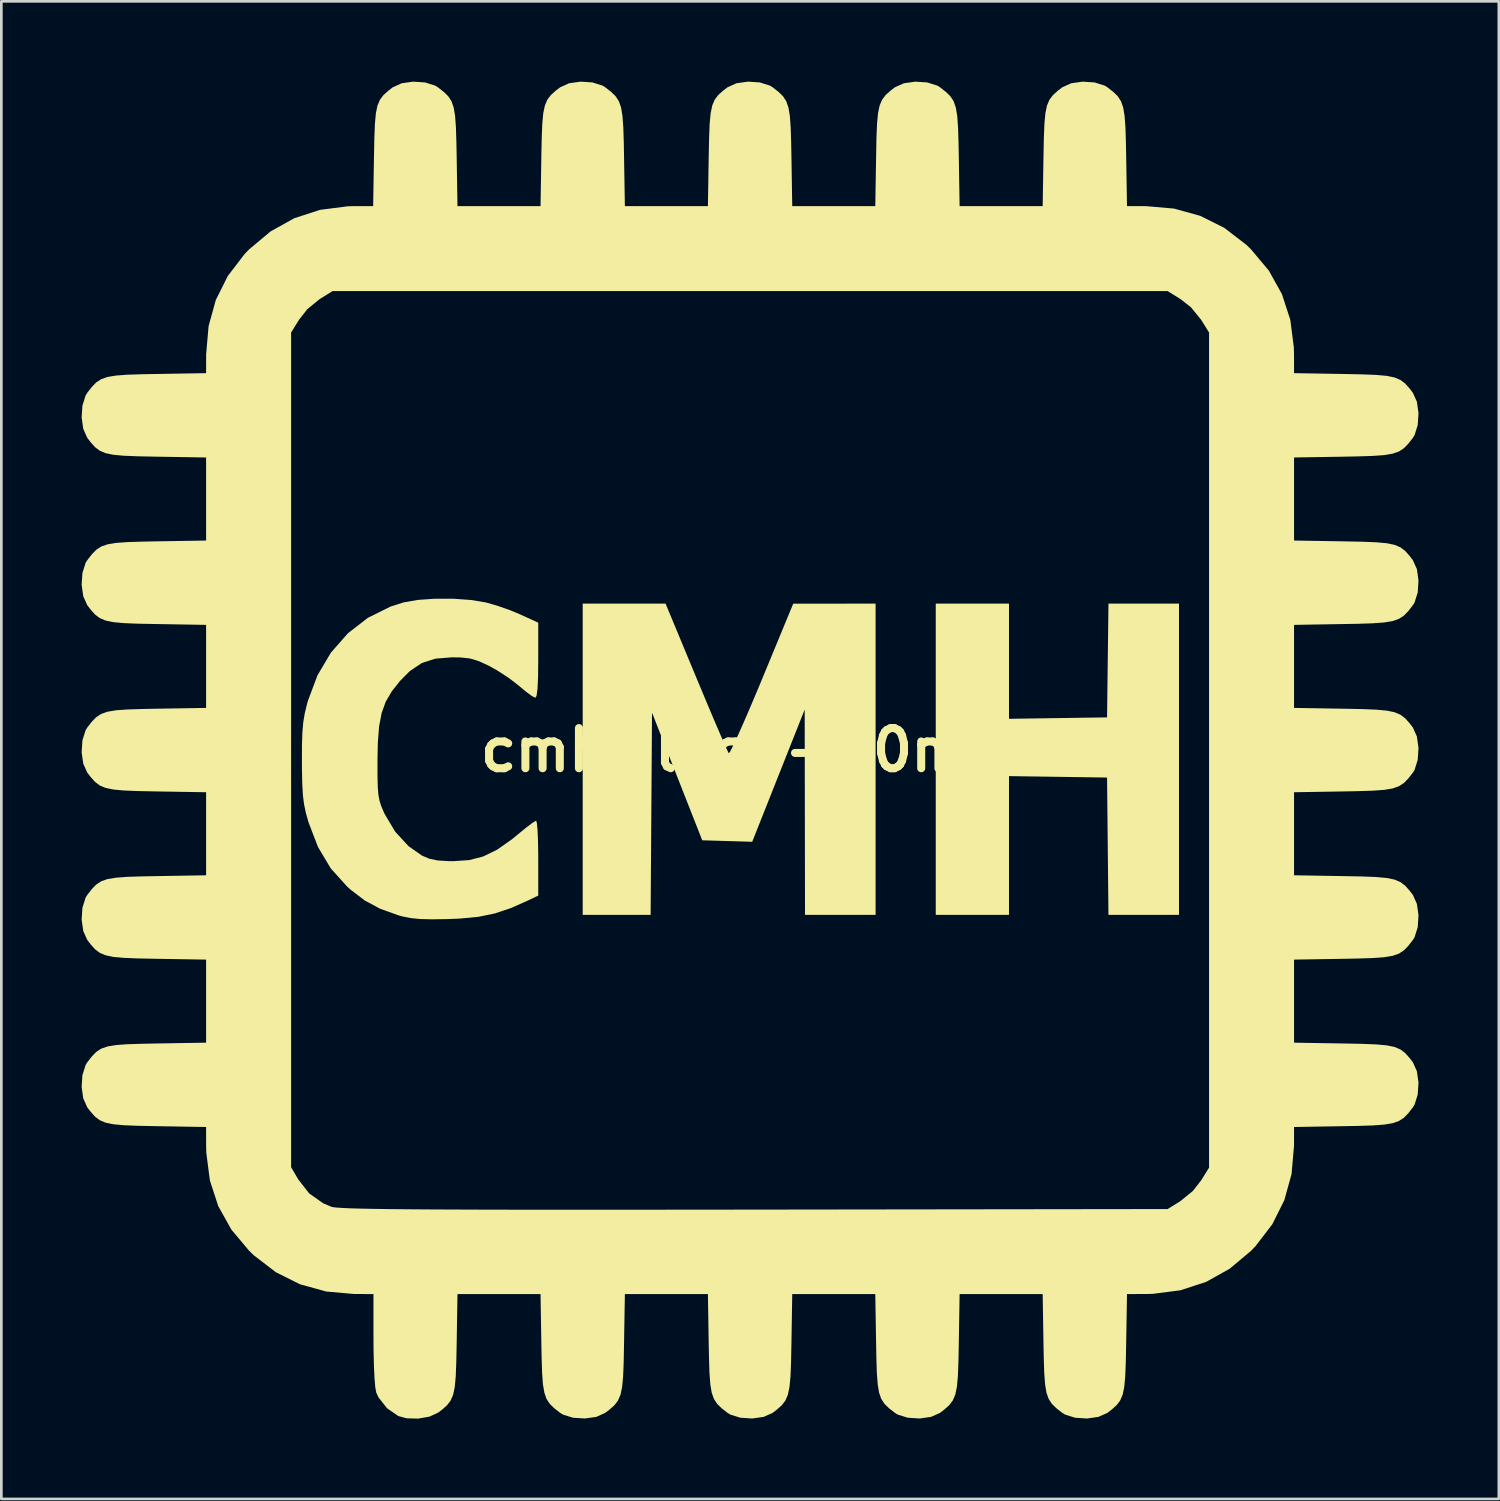
<source format=kicad_pcb>
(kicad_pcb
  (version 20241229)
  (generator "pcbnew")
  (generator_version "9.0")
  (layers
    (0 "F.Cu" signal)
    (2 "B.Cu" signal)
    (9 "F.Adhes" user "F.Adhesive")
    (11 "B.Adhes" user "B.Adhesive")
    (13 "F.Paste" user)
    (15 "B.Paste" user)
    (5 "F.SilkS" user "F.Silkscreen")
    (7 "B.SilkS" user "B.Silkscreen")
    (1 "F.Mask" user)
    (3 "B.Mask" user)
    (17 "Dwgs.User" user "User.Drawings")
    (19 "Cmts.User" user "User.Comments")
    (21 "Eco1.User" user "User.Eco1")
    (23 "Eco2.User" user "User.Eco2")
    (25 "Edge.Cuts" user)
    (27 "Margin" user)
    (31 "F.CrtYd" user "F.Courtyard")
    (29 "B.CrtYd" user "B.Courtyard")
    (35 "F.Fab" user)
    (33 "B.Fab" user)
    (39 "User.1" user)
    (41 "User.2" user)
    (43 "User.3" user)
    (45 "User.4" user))
  (footprint "cmh-logo-50mm"
    (layer "F.Cu")
    (at 24.969 24.969)
    (property "Reference" "cmh-logo-50mm" (at 0 0 0) (layer "F.SilkS") (effects (font (size 1.5 1.5) (thickness 0.3))))
    (attr board_only exclude_from_pos_files exclude_from_bom)
    (fp_poly (pts (xy 9.672 -3.319) (xy 9.672 -1.168) (xy 11.503 -1.195) (xy 13.335 -1.221) (xy 13.361 -3.346) (xy 13.388 -5.471) (xy 14.705 -5.471) (xy 16.022 -5.471) (xy 16.022 0.342) (xy 16.022 6.155) (xy 14.704 6.155) (xy 13.387 6.155) (xy 13.361 3.59) (xy 13.335 1.026) (xy 11.503 0.999) (xy 9.672 0.973) (xy 9.672 3.564) (xy 9.672 6.155) (xy 8.304 6.155) (xy 6.936 6.155) (xy 6.936 0.342) (xy 6.936 -5.471) (xy 8.304 -5.471) (xy 9.672 -5.471)) (stroke (width 0) (type solid)) (fill yes) (layer "F.SilkS"))
    (fp_poly (pts (xy -2.01 -2.711) (xy -1.722 -2.022) (xy -1.457 -1.39) (xy -1.223 -0.84) (xy -1.03 -0.394) (xy -0.889 -0.073) (xy -0.808 0.098) (xy -0.795 0.12) (xy -0.742 0.051) (xy -0.626 -0.178) (xy -0.455 -0.546) (xy -0.239 -1.032) (xy 0.013 -1.616) (xy 0.292 -2.276) (xy 0.443 -2.639) (xy 1.612 -5.47) (xy 3.151 -5.47) (xy 4.689 -5.471) (xy 4.689 0.342) (xy 4.689 6.155) (xy 3.37 6.155) (xy 2.052 6.155) (xy 2.046 2.32) (xy 2.04 -1.514) (xy 1.06 0.956) (xy 0.08 3.426) (xy -0.853 3.398) (xy -1.787 3.37) (xy -2.725 0.986) (xy -3.663 -1.398) (xy -3.689 2.378) (xy -3.715 6.155) (xy -4.983 6.155) (xy -6.252 6.155) (xy -6.252 0.342) (xy -6.252 -5.471) (xy -4.704 -5.471) (xy -3.157 -5.471)) (stroke (width 0) (type solid)) (fill yes) (layer "F.SilkS"))
    (fp_poly (pts (xy -11.078 -5.653) (xy -10.415 -5.605) (xy -9.867 -5.514) (xy -9.431 -5.389) (xy -8.941 -5.215) (xy -8.572 -5.061) (xy -7.913 -4.758) (xy -7.913 -3.356) (xy -7.92 -2.722) (xy -7.941 -2.279) (xy -7.976 -2.025) (xy -8.019 -1.954) (xy -8.142 -2.014) (xy -8.36 -2.173) (xy -8.628 -2.396) (xy -8.63 -2.398) (xy -9 -2.685) (xy -9.441 -2.973) (xy -9.768 -3.155) (xy -10.148 -3.327) (xy -10.465 -3.422) (xy -10.816 -3.46) (xy -11.135 -3.465) (xy -11.757 -3.415) (xy -12.261 -3.253) (xy -12.709 -2.952) (xy -13.076 -2.583) (xy -13.382 -2.197) (xy -13.608 -1.812) (xy -13.762 -1.388) (xy -13.858 -0.884) (xy -13.906 -0.26) (xy -13.918 0.391) (xy -13.918 0.952) (xy -13.908 1.362) (xy -13.885 1.662) (xy -13.842 1.896) (xy -13.773 2.107) (xy -13.673 2.338) (xy -13.647 2.393) (xy -13.256 3.049) (xy -12.761 3.588) (xy -12.26 3.939) (xy -11.986 4.057) (xy -11.672 4.123) (xy -11.252 4.149) (xy -11.088 4.15) (xy -10.496 4.11) (xy -9.965 3.973) (xy -9.447 3.72) (xy -8.892 3.329) (xy -8.65 3.13) (xy -8.365 2.897) (xy -8.136 2.724) (xy -8.003 2.641) (xy -7.991 2.638) (xy -7.963 2.73) (xy -7.94 2.982) (xy -7.923 3.361) (xy -7.914 3.832) (xy -7.913 4.036) (xy -7.913 5.435) (xy -8.279 5.611) (xy -8.934 5.902) (xy -9.531 6.102) (xy -10.141 6.227) (xy -10.834 6.294) (xy -11.283 6.313) (xy -11.878 6.322) (xy -12.329 6.311) (xy -12.685 6.275) (xy -12.998 6.211) (xy -13.14 6.171) (xy -13.819 5.927) (xy -14.385 5.625) (xy -14.918 5.219) (xy -15.056 5.095) (xy -15.664 4.419) (xy -16.142 3.617) (xy -16.493 2.702) (xy -16.592 2.353) (xy -16.66 2.031) (xy -16.704 1.688) (xy -16.728 1.272) (xy -16.739 0.733) (xy -16.741 0.44) (xy -16.739 -0.179) (xy -16.724 -0.653) (xy -16.691 -1.034) (xy -16.635 -1.373) (xy -16.551 -1.72) (xy -16.521 -1.83) (xy -16.159 -2.794) (xy -15.656 -3.642) (xy -15.024 -4.362) (xy -14.278 -4.94) (xy -13.43 -5.361) (xy -12.94 -5.517) (xy -12.413 -5.609) (xy -11.768 -5.654)) (stroke (width 0) (type solid)) (fill yes) (layer "F.SilkS"))
    (fp_poly (pts (xy 12.868 -24.94) (xy 13.244 -24.822) (xy 13.346 -24.759) (xy 13.568 -24.586) (xy 13.735 -24.423) (xy 13.855 -24.239) (xy 13.938 -24.004) (xy 13.99 -23.688) (xy 14.022 -23.258) (xy 14.04 -22.686) (xy 14.049 -22.169) (xy 14.08 -20.32) (xy 14.782 -20.319) (xy 15.838 -20.227) (xy 16.816 -19.956) (xy 17.713 -19.508) (xy 18.53 -18.881) (xy 18.709 -18.709) (xy 19.377 -17.912) (xy 19.867 -17.033) (xy 20.18 -16.074) (xy 20.313 -15.036) (xy 20.319 -14.782) (xy 20.32 -14.08) (xy 22.169 -14.049) (xy 22.863 -14.035) (xy 23.392 -14.014) (xy 23.787 -13.978) (xy 24.077 -13.918) (xy 24.295 -13.825) (xy 24.47 -13.693) (xy 24.632 -13.511) (xy 24.759 -13.346) (xy 24.909 -13.012) (xy 24.969 -12.584) (xy 24.94 -12.142) (xy 24.822 -11.765) (xy 24.759 -11.663) (xy 24.586 -11.442) (xy 24.423 -11.275) (xy 24.239 -11.154) (xy 24.004 -11.072) (xy 23.688 -11.019) (xy 23.258 -10.988) (xy 22.686 -10.97) (xy 22.169 -10.96) (xy 20.32 -10.93) (xy 20.32 -9.378) (xy 20.32 -7.827) (xy 22.169 -7.797) (xy 22.863 -7.783) (xy 23.392 -7.762) (xy 23.787 -7.726) (xy 24.077 -7.665) (xy 24.295 -7.573) (xy 24.47 -7.44) (xy 24.632 -7.259) (xy 24.759 -7.094) (xy 24.909 -6.76) (xy 24.969 -6.331) (xy 24.94 -5.889) (xy 24.822 -5.513) (xy 24.759 -5.411) (xy 24.586 -5.189) (xy 24.423 -5.022) (xy 24.239 -4.902) (xy 24.004 -4.819) (xy 23.688 -4.767) (xy 23.258 -4.735) (xy 22.686 -4.717) (xy 22.169 -4.708) (xy 20.32 -4.677) (xy 20.32 -3.126) (xy 20.32 -1.575) (xy 22.169 -1.545) (xy 22.863 -1.531) (xy 23.392 -1.51) (xy 23.787 -1.473) (xy 24.077 -1.413) (xy 24.295 -1.321) (xy 24.47 -1.188) (xy 24.632 -1.007) (xy 24.759 -0.842) (xy 24.909 -0.507) (xy 24.969 -0.079) (xy 24.94 0.363) (xy 24.822 0.74) (xy 24.759 0.842) (xy 24.586 1.063) (xy 24.423 1.23) (xy 24.239 1.35) (xy 24.004 1.433) (xy 23.688 1.486) (xy 23.258 1.517) (xy 22.686 1.535) (xy 22.169 1.545) (xy 20.32 1.575) (xy 20.32 3.126) (xy 20.32 4.677) (xy 22.169 4.708) (xy 22.863 4.721) (xy 23.392 4.742) (xy 23.787 4.779) (xy 24.077 4.839) (xy 24.295 4.932) (xy 24.47 5.064) (xy 24.632 5.246) (xy 24.759 5.411) (xy 24.909 5.745) (xy 24.969 6.173) (xy 24.94 6.615) (xy 24.822 6.992) (xy 24.759 7.094) (xy 24.586 7.315) (xy 24.423 7.482) (xy 24.239 7.603) (xy 24.004 7.685) (xy 23.688 7.738) (xy 23.258 7.769) (xy 22.686 7.787) (xy 22.169 7.797) (xy 20.32 7.827) (xy 20.32 9.378) (xy 20.32 10.93) (xy 22.169 10.96) (xy 22.863 10.974) (xy 23.392 10.995) (xy 23.787 11.031) (xy 24.077 11.091) (xy 24.295 11.184) (xy 24.47 11.317) (xy 24.632 11.498) (xy 24.759 11.663) (xy 24.909 11.997) (xy 24.969 12.425) (xy 24.94 12.868) (xy 24.822 13.244) (xy 24.759 13.346) (xy 24.586 13.568) (xy 24.423 13.735) (xy 24.239 13.855) (xy 24.004 13.938) (xy 23.688 13.99) (xy 23.258 14.022) (xy 22.686 14.04) (xy 22.169 14.049) (xy 20.32 14.08) (xy 20.319 14.782) (xy 20.227 15.838) (xy 19.956 16.816) (xy 19.508 17.713) (xy 18.881 18.53) (xy 18.709 18.709) (xy 17.912 19.377) (xy 17.033 19.867) (xy 16.074 20.18) (xy 15.036 20.313) (xy 14.782 20.319) (xy 14.08 20.32) (xy 14.049 22.169) (xy 14.035 22.863) (xy 14.014 23.392) (xy 13.978 23.787) (xy 13.918 24.077) (xy 13.825 24.295) (xy 13.693 24.47) (xy 13.511 24.632) (xy 13.346 24.759) (xy 13.012 24.909) (xy 12.584 24.969) (xy 12.142 24.94) (xy 11.765 24.822) (xy 11.663 24.759) (xy 11.442 24.586) (xy 11.275 24.423) (xy 11.154 24.239) (xy 11.072 24.004) (xy 11.019 23.688) (xy 10.988 23.258) (xy 10.97 22.686) (xy 10.96 22.169) (xy 10.93 20.32) (xy 9.378 20.32) (xy 7.827 20.32) (xy 7.797 22.169) (xy 7.783 22.863) (xy 7.762 23.392) (xy 7.726 23.787) (xy 7.665 24.077) (xy 7.573 24.295) (xy 7.44 24.47) (xy 7.259 24.632) (xy 7.094 24.759) (xy 6.76 24.909) (xy 6.331 24.969) (xy 5.889 24.94) (xy 5.513 24.822) (xy 5.411 24.759) (xy 5.189 24.586) (xy 5.022 24.423) (xy 4.902 24.239) (xy 4.819 24.004) (xy 4.767 23.688) (xy 4.735 23.258) (xy 4.717 22.686) (xy 4.708 22.169) (xy 4.677 20.32) (xy 3.126 20.32) (xy 1.575 20.32) (xy 1.545 22.169) (xy 1.531 22.863) (xy 1.51 23.392) (xy 1.473 23.787) (xy 1.413 24.077) (xy 1.321 24.295) (xy 1.188 24.47) (xy 1.007 24.632) (xy 0.842 24.759) (xy 0.507 24.909) (xy 0.079 24.969) (xy -0.363 24.94) (xy -0.74 24.822) (xy -0.842 24.759) (xy -1.063 24.586) (xy -1.23 24.423) (xy -1.35 24.239) (xy -1.433 24.004) (xy -1.486 23.688) (xy -1.517 23.258) (xy -1.535 22.686) (xy -1.545 22.169) (xy -1.575 20.32) (xy -3.126 20.32) (xy -4.677 20.32) (xy -4.708 22.169) (xy -4.721 22.863) (xy -4.742 23.392) (xy -4.779 23.787) (xy -4.839 24.077) (xy -4.932 24.295) (xy -5.064 24.47) (xy -5.246 24.632) (xy -5.411 24.759) (xy -5.745 24.909) (xy -6.173 24.969) (xy -6.615 24.94) (xy -6.992 24.822) (xy -7.094 24.759) (xy -7.315 24.586) (xy -7.482 24.423) (xy -7.603 24.239) (xy -7.685 24.004) (xy -7.738 23.688) (xy -7.769 23.258) (xy -7.787 22.686) (xy -7.797 22.169) (xy -7.827 20.32) (xy -9.378 20.32) (xy -10.93 20.32) (xy -10.96 22.169) (xy -10.974 22.863) (xy -10.995 23.393) (xy -11.031 23.787) (xy -11.091 24.078) (xy -11.183 24.295) (xy -11.314 24.468) (xy -11.493 24.629) (xy -11.649 24.748) (xy -11.976 24.899) (xy -12.399 24.973) (xy -12.829 24.961) (xy -13.14 24.877) (xy -13.561 24.587) (xy -13.88 24.181) (xy -13.963 24.002) (xy -14 23.808) (xy -14.03 23.455) (xy -14.052 22.976) (xy -14.065 22.407) (xy -14.068 22.023) (xy -14.068 20.32) (xy -14.776 20.319) (xy -15.833 20.226) (xy -16.813 19.955) (xy -17.714 19.505) (xy -18.532 18.878) (xy -18.709 18.708) (xy -19.377 17.912) (xy -19.867 17.034) (xy -20.179 16.076) (xy -20.243 15.582) (xy -17.145 15.582) (xy -16.876 16.04) (xy -16.471 16.559) (xy -15.948 16.929) (xy -15.642 17.06) (xy -15.562 17.077) (xy -15.415 17.092) (xy -15.195 17.106) (xy -14.893 17.119) (xy -14.501 17.13) (xy -14.011 17.139) (xy -13.415 17.148) (xy -12.704 17.154) (xy -11.871 17.16) (xy -10.907 17.164) (xy -9.804 17.168) (xy -8.554 17.17) (xy -7.15 17.171) (xy -5.583 17.171) (xy -3.844 17.17) (xy -1.926 17.168) (xy 0.154 17.166) (xy 15.597 17.145) (xy 16.075 16.849) (xy 16.538 16.471) (xy 16.849 16.075) (xy 17.145 15.597) (xy 17.145 0) (xy 17.145 -15.597) (xy 16.849 -16.075) (xy 16.471 -16.538) (xy 16.075 -16.849) (xy 15.597 -17.145) (xy 0 -17.145) (xy -15.597 -17.145) (xy -16.075 -16.849) (xy -16.538 -16.471) (xy -16.849 -16.075) (xy -17.145 -15.597) (xy -17.145 -0.008) (xy -17.145 15.582) (xy -20.243 15.582) (xy -20.313 15.038) (xy -20.319 14.782) (xy -20.32 14.08) (xy -22.169 14.049) (xy -22.863 14.035) (xy -23.392 14.014) (xy -23.787 13.978) (xy -24.077 13.918) (xy -24.295 13.825) (xy -24.47 13.693) (xy -24.632 13.511) (xy -24.759 13.346) (xy -24.909 13.012) (xy -24.969 12.584) (xy -24.94 12.142) (xy -24.822 11.765) (xy -24.759 11.663) (xy -24.586 11.442) (xy -24.423 11.275) (xy -24.239 11.154) (xy -24.004 11.072) (xy -23.688 11.019) (xy -23.258 10.988) (xy -22.686 10.97) (xy -22.169 10.96) (xy -20.32 10.93) (xy -20.32 9.378) (xy -20.32 7.827) (xy -22.169 7.797) (xy -22.863 7.783) (xy -23.392 7.762) (xy -23.787 7.726) (xy -24.077 7.665) (xy -24.295 7.573) (xy -24.47 7.44) (xy -24.632 7.259) (xy -24.759 7.094) (xy -24.909 6.76) (xy -24.969 6.331) (xy -24.94 5.889) (xy -24.822 5.513) (xy -24.759 5.411) (xy -24.586 5.189) (xy -24.423 5.022) (xy -24.239 4.902) (xy -24.004 4.819) (xy -23.688 4.767) (xy -23.258 4.735) (xy -22.686 4.717) (xy -22.169 4.708) (xy -20.32 4.677) (xy -20.32 3.126) (xy -20.32 1.575) (xy -22.169 1.545) (xy -22.863 1.531) (xy -23.392 1.51) (xy -23.787 1.473) (xy -24.077 1.413) (xy -24.295 1.321) (xy -24.47 1.188) (xy -24.632 1.007) (xy -24.759 0.842) (xy -24.909 0.507) (xy -24.969 0.079) (xy -24.94 -0.363) (xy -24.822 -0.74) (xy -24.759 -0.842) (xy -24.586 -1.063) (xy -24.423 -1.23) (xy -24.239 -1.35) (xy -24.004 -1.433) (xy -23.688 -1.486) (xy -23.258 -1.517) (xy -22.686 -1.535) (xy -22.169 -1.545) (xy -20.32 -1.575) (xy -20.32 -3.126) (xy -20.32 -4.677) (xy -22.169 -4.708) (xy -22.863 -4.721) (xy -23.392 -4.742) (xy -23.787 -4.779) (xy -24.077 -4.839) (xy -24.295 -4.932) (xy -24.47 -5.064) (xy -24.632 -5.246) (xy -24.759 -5.411) (xy -24.909 -5.745) (xy -24.969 -6.173) (xy -24.94 -6.615) (xy -24.822 -6.992) (xy -24.759 -7.094) (xy -24.586 -7.315) (xy -24.423 -7.482) (xy -24.239 -7.603) (xy -24.004 -7.685) (xy -23.688 -7.738) (xy -23.258 -7.769) (xy -22.686 -7.787) (xy -22.169 -7.797) (xy -20.32 -7.827) (xy -20.32 -9.378) (xy -20.32 -10.93) (xy -22.169 -10.96) (xy -22.863 -10.974) (xy -23.392 -10.995) (xy -23.787 -11.031) (xy -24.077 -11.091) (xy -24.295 -11.184) (xy -24.47 -11.317) (xy -24.632 -11.498) (xy -24.759 -11.663) (xy -24.909 -11.997) (xy -24.969 -12.425) (xy -24.94 -12.868) (xy -24.822 -13.244) (xy -24.759 -13.346) (xy -24.586 -13.568) (xy -24.423 -13.735) (xy -24.239 -13.855) (xy -24.004 -13.938) (xy -23.688 -13.99) (xy -23.258 -14.022) (xy -22.686 -14.04) (xy -22.169 -14.049) (xy -20.32 -14.08) (xy -20.319 -14.782) (xy -20.227 -15.838) (xy -19.957 -16.815) (xy -19.508 -17.712) (xy -18.883 -18.528) (xy -18.709 -18.708) (xy -17.91 -19.376) (xy -17.027 -19.867) (xy -16.065 -20.18) (xy -15.027 -20.313) (xy -14.782 -20.319) (xy -14.08 -20.32) (xy -14.049 -22.169) (xy -14.035 -22.863) (xy -14.014 -23.392) (xy -13.978 -23.787) (xy -13.918 -24.077) (xy -13.825 -24.295) (xy -13.693 -24.47) (xy -13.511 -24.632) (xy -13.346 -24.759) (xy -13.012 -24.909) (xy -12.584 -24.969) (xy -12.142 -24.94) (xy -11.765 -24.822) (xy -11.663 -24.759) (xy -11.442 -24.586) (xy -11.275 -24.423) (xy -11.154 -24.239) (xy -11.072 -24.004) (xy -11.019 -23.688) (xy -10.988 -23.258) (xy -10.97 -22.686) (xy -10.96 -22.169) (xy -10.93 -20.32) (xy -9.378 -20.32) (xy -7.827 -20.32) (xy -7.797 -22.169) (xy -7.783 -22.863) (xy -7.762 -23.392) (xy -7.726 -23.787) (xy -7.665 -24.077) (xy -7.573 -24.295) (xy -7.44 -24.47) (xy -7.259 -24.632) (xy -7.094 -24.759) (xy -6.76 -24.909) (xy -6.331 -24.969) (xy -5.889 -24.94) (xy -5.513 -24.822) (xy -5.411 -24.759) (xy -5.189 -24.586) (xy -5.022 -24.423) (xy -4.902 -24.239) (xy -4.819 -24.004) (xy -4.767 -23.688) (xy -4.735 -23.258) (xy -4.717 -22.686) (xy -4.708 -22.169) (xy -4.677 -20.32) (xy -3.126 -20.32) (xy -1.575 -20.32) (xy -1.545 -22.169) (xy -1.531 -22.863) (xy -1.51 -23.392) (xy -1.473 -23.787) (xy -1.413 -24.077) (xy -1.321 -24.295) (xy -1.188 -24.47) (xy -1.007 -24.632) (xy -0.842 -24.759) (xy -0.507 -24.909) (xy -0.079 -24.969) (xy 0.363 -24.94) (xy 0.74 -24.822) (xy 0.842 -24.759) (xy 1.063 -24.586) (xy 1.23 -24.423) (xy 1.35 -24.239) (xy 1.433 -24.004) (xy 1.486 -23.688) (xy 1.517 -23.258) (xy 1.535 -22.686) (xy 1.545 -22.169) (xy 1.575 -20.32) (xy 3.126 -20.32) (xy 4.677 -20.32) (xy 4.708 -22.169) (xy 4.721 -22.863) (xy 4.742 -23.392) (xy 4.779 -23.787) (xy 4.839 -24.077) (xy 4.932 -24.295) (xy 5.064 -24.47) (xy 5.246 -24.632) (xy 5.411 -24.759) (xy 5.745 -24.909) (xy 6.173 -24.969) (xy 6.615 -24.94) (xy 6.992 -24.822) (xy 7.094 -24.759) (xy 7.315 -24.586) (xy 7.482 -24.423) (xy 7.603 -24.239) (xy 7.685 -24.004) (xy 7.738 -23.688) (xy 7.769 -23.258) (xy 7.787 -22.686) (xy 7.797 -22.169) (xy 7.827 -20.32) (xy 9.378 -20.32) (xy 10.93 -20.32) (xy 10.96 -22.169) (xy 10.974 -22.863) (xy 10.995 -23.392) (xy 11.031 -23.787) (xy 11.091 -24.077) (xy 11.184 -24.295) (xy 11.317 -24.47) (xy 11.498 -24.632) (xy 11.663 -24.759) (xy 11.997 -24.909) (xy 12.425 -24.969)) (stroke (width 0) (type solid)) (fill yes) (layer "F.SilkS")))
  (gr_rect
    (start -3 -3)
    (end 52.939 52.942)
    (stroke (width 0.1) (type default))
    (fill no)
    (layer "Edge.Cuts")))
</source>
